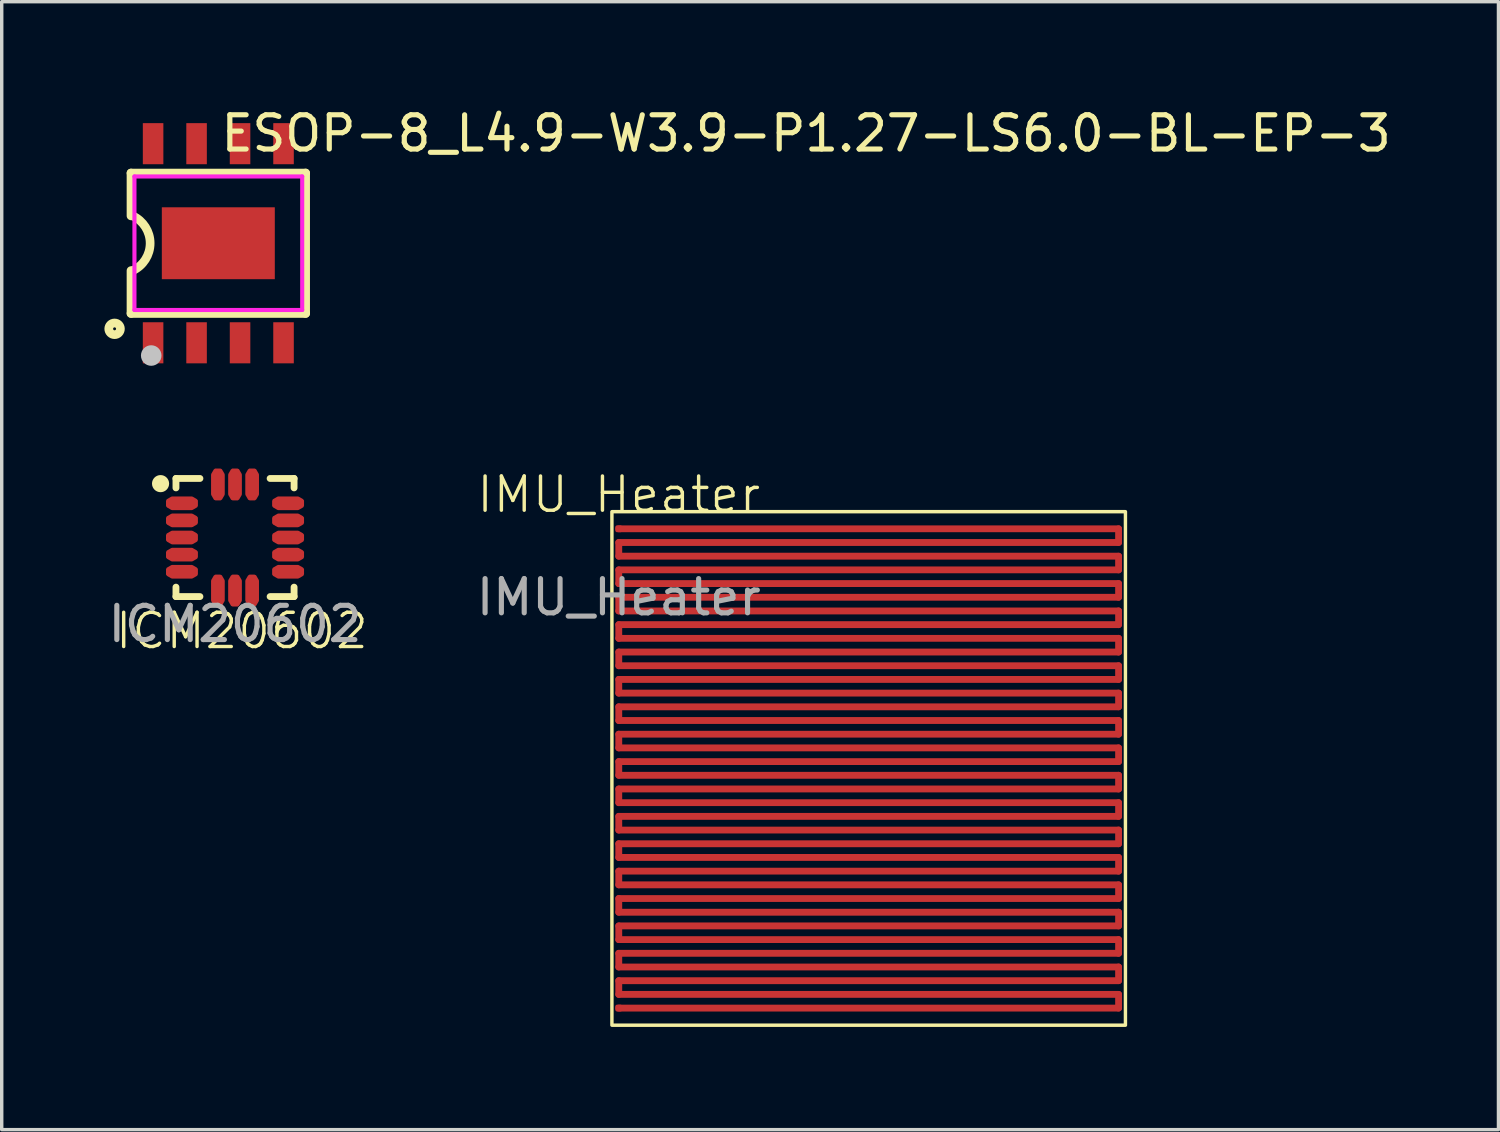
<source format=kicad_pcb>
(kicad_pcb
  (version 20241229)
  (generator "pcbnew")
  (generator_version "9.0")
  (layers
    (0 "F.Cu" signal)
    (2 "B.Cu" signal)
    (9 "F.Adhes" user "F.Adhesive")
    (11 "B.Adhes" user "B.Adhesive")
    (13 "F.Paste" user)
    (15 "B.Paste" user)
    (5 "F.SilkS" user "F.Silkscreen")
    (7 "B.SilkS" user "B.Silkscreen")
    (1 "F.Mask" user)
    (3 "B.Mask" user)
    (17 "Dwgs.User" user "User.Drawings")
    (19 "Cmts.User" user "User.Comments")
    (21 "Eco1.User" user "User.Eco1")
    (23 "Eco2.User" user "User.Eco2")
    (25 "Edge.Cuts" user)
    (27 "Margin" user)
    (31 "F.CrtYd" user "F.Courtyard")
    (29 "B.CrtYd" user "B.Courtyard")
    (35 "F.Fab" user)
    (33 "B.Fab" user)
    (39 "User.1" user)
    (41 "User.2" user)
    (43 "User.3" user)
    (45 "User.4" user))
  (footprint "IMU_Heater"
    (layer "F.Cu")
    (at 14.824 11.896)
    (property "Reference" "IMU_Heater" (at 0.2 -0.5 0) (unlocked yes) (layer "F.SilkS") (effects (font (size 1 1) (thickness 0.1))))
    (attr smd)
    (fp_line (start 0.2 0.5) (end 14.8 0.5) (stroke (width 0.2) (type default)) (layer "F.Cu"))
    (fp_line (start 0.2 0.9) (end 0.2 1.3) (stroke (width 0.2) (type default)) (layer "F.Cu"))
    (fp_line (start 0.2 1.3) (end 14.8 1.3) (stroke (width 0.2) (type default)) (layer "F.Cu"))
    (fp_line (start 0.2 1.7) (end 0.2 2.1) (stroke (width 0.2) (type default)) (layer "F.Cu"))
    (fp_line (start 0.2 2.1) (end 14.8 2.1) (stroke (width 0.2) (type default)) (layer "F.Cu"))
    (fp_line (start 0.2 2.5) (end 0.2 2.9) (stroke (width 0.2) (type default)) (layer "F.Cu"))
    (fp_line (start 0.2 2.9) (end 14.8 2.9) (stroke (width 0.2) (type default)) (layer "F.Cu"))
    (fp_line (start 0.2 3.3) (end 0.2 3.7) (stroke (width 0.2) (type default)) (layer "F.Cu"))
    (fp_line (start 0.2 3.7) (end 14.8 3.7) (stroke (width 0.2) (type default)) (layer "F.Cu"))
    (fp_line (start 0.2 4.1) (end 0.2 4.5) (stroke (width 0.2) (type default)) (layer "F.Cu"))
    (fp_line (start 0.2 4.5) (end 14.8 4.5) (stroke (width 0.2) (type default)) (layer "F.Cu"))
    (fp_line (start 0.2 4.9) (end 0.2 5.3) (stroke (width 0.2) (type default)) (layer "F.Cu"))
    (fp_line (start 0.2 5.3) (end 14.8 5.3) (stroke (width 0.2) (type default)) (layer "F.Cu"))
    (fp_line (start 0.2 5.7) (end 0.2 6.1) (stroke (width 0.2) (type default)) (layer "F.Cu"))
    (fp_line (start 0.2 6.1) (end 14.8 6.1) (stroke (width 0.2) (type default)) (layer "F.Cu"))
    (fp_line (start 0.2 6.5) (end 0.2 6.9) (stroke (width 0.2) (type default)) (layer "F.Cu"))
    (fp_line (start 0.2 6.9) (end 14.8 6.9) (stroke (width 0.2) (type default)) (layer "F.Cu"))
    (fp_line (start 0.2 7.3) (end 0.2 7.7) (stroke (width 0.2) (type default)) (layer "F.Cu"))
    (fp_line (start 0.2 7.7) (end 14.8 7.7) (stroke (width 0.2) (type default)) (layer "F.Cu"))
    (fp_line (start 0.2 8.1) (end 0.2 8.5) (stroke (width 0.2) (type default)) (layer "F.Cu"))
    (fp_line (start 0.2 8.5) (end 14.8 8.5) (stroke (width 0.2) (type default)) (layer "F.Cu"))
    (fp_line (start 0.2 8.9) (end 0.2 9.3) (stroke (width 0.2) (type default)) (layer "F.Cu"))
    (fp_line (start 0.2 9.3) (end 14.8 9.3) (stroke (width 0.2) (type default)) (layer "F.Cu"))
    (fp_line (start 0.2 9.7) (end 0.2 10.1) (stroke (width 0.2) (type default)) (layer "F.Cu"))
    (fp_line (start 0.2 10.1) (end 14.8 10.1) (stroke (width 0.2) (type default)) (layer "F.Cu"))
    (fp_line (start 0.2 10.5) (end 0.2 10.9) (stroke (width 0.2) (type default)) (layer "F.Cu"))
    (fp_line (start 0.2 10.9) (end 14.8 10.9) (stroke (width 0.2) (type default)) (layer "F.Cu"))
    (fp_line (start 0.2 11.3) (end 0.2 11.7) (stroke (width 0.2) (type default)) (layer "F.Cu"))
    (fp_line (start 0.2 11.7) (end 14.8 11.7) (stroke (width 0.2) (type default)) (layer "F.Cu"))
    (fp_line (start 0.2 12.1) (end 0.2 12.5) (stroke (width 0.2) (type default)) (layer "F.Cu"))
    (fp_line (start 0.2 12.5) (end 14.8 12.5) (stroke (width 0.2) (type default)) (layer "F.Cu"))
    (fp_line (start 0.2 12.9) (end 0.2 13.3) (stroke (width 0.2) (type default)) (layer "F.Cu"))
    (fp_line (start 0.2 13.3) (end 14.8 13.3) (stroke (width 0.2) (type default)) (layer "F.Cu"))
    (fp_line (start 0.2 13.7) (end 0.2 14.1) (stroke (width 0.2) (type default)) (layer "F.Cu"))
    (fp_line (start 0.2 14.1) (end 14.8 14.1) (stroke (width 0.2) (type default)) (layer "F.Cu"))
    (fp_line (start 14.8 0.5) (end 14.8 0.9) (stroke (width 0.2) (type default)) (layer "F.Cu"))
    (fp_line (start 14.8 0.9) (end 0.2 0.9) (stroke (width 0.2) (type default)) (layer "F.Cu"))
    (fp_line (start 14.8 1.3) (end 14.8 1.7) (stroke (width 0.2) (type default)) (layer "F.Cu"))
    (fp_line (start 14.8 1.7) (end 0.2 1.7) (stroke (width 0.2) (type default)) (layer "F.Cu"))
    (fp_line (start 14.8 2.1) (end 14.8 2.5) (stroke (width 0.2) (type default)) (layer "F.Cu"))
    (fp_line (start 14.8 2.5) (end 0.2 2.5) (stroke (width 0.2) (type default)) (layer "F.Cu"))
    (fp_line (start 14.8 2.9) (end 14.8 3.3) (stroke (width 0.2) (type default)) (layer "F.Cu"))
    (fp_line (start 14.8 3.3) (end 0.2 3.3) (stroke (width 0.2) (type default)) (layer "F.Cu"))
    (fp_line (start 14.8 3.7) (end 14.8 4.1) (stroke (width 0.2) (type default)) (layer "F.Cu"))
    (fp_line (start 14.8 4.1) (end 0.2 4.1) (stroke (width 0.2) (type default)) (layer "F.Cu"))
    (fp_line (start 14.8 4.5) (end 14.8 4.9) (stroke (width 0.2) (type default)) (layer "F.Cu"))
    (fp_line (start 14.8 4.9) (end 0.2 4.9) (stroke (width 0.2) (type default)) (layer "F.Cu"))
    (fp_line (start 14.8 5.3) (end 14.8 5.7) (stroke (width 0.2) (type default)) (layer "F.Cu"))
    (fp_line (start 14.8 5.7) (end 0.2 5.7) (stroke (width 0.2) (type default)) (layer "F.Cu"))
    (fp_line (start 14.8 6.1) (end 14.8 6.5) (stroke (width 0.2) (type default)) (layer "F.Cu"))
    (fp_line (start 14.8 6.5) (end 0.2 6.5) (stroke (width 0.2) (type default)) (layer "F.Cu"))
    (fp_line (start 14.8 6.9) (end 14.8 7.3) (stroke (width 0.2) (type default)) (layer "F.Cu"))
    (fp_line (start 14.8 7.3) (end 0.2 7.3) (stroke (width 0.2) (type default)) (layer "F.Cu"))
    (fp_line (start 14.8 7.7) (end 14.8 8.1) (stroke (width 0.2) (type default)) (layer "F.Cu"))
    (fp_line (start 14.8 8.1) (end 0.2 8.1) (stroke (width 0.2) (type default)) (layer "F.Cu"))
    (fp_line (start 14.8 8.5) (end 14.8 8.9) (stroke (width 0.2) (type default)) (layer "F.Cu"))
    (fp_line (start 14.8 8.9) (end 0.2 8.9) (stroke (width 0.2) (type default)) (layer "F.Cu"))
    (fp_line (start 14.8 9.3) (end 14.8 9.7) (stroke (width 0.2) (type default)) (layer "F.Cu"))
    (fp_line (start 14.8 9.7) (end 0.2 9.7) (stroke (width 0.2) (type default)) (layer "F.Cu"))
    (fp_line (start 14.8 10.1) (end 14.8 10.5) (stroke (width 0.2) (type default)) (layer "F.Cu"))
    (fp_line (start 14.8 10.5) (end 0.2 10.5) (stroke (width 0.2) (type default)) (layer "F.Cu"))
    (fp_line (start 14.8 10.9) (end 14.8 11.3) (stroke (width 0.2) (type default)) (layer "F.Cu"))
    (fp_line (start 14.8 11.3) (end 0.2 11.3) (stroke (width 0.2) (type default)) (layer "F.Cu"))
    (fp_line (start 14.8 11.7) (end 14.8 12.1) (stroke (width 0.2) (type default)) (layer "F.Cu"))
    (fp_line (start 14.8 12.1) (end 0.2 12.1) (stroke (width 0.2) (type default)) (layer "F.Cu"))
    (fp_line (start 14.8 12.5) (end 14.8 12.9) (stroke (width 0.2) (type default)) (layer "F.Cu"))
    (fp_line (start 14.8 12.9) (end 0.2 12.9) (stroke (width 0.2) (type default)) (layer "F.Cu"))
    (fp_line (start 14.8 13.3) (end 14.8 13.7) (stroke (width 0.2) (type default)) (layer "F.Cu"))
    (fp_line (start 14.8 13.7) (end 0.2 13.7) (stroke (width 0.2) (type default)) (layer "F.Cu"))
    (fp_line (start 14.8 14.1) (end 14.8 14.5) (stroke (width 0.2) (type default)) (layer "F.Cu"))
    (fp_line (start 14.8 14.5) (end 0.2 14.5) (stroke (width 0.2) (type default)) (layer "F.Cu"))
    (fp_rect (start 0 0) (end 15 15) (stroke (width 0.1) (type default)) (fill no) (layer "F.SilkS"))
    (fp_text user "${REFERENCE}" (at 0.2 2.5 0) (unlocked yes) (layer "F.Fab") (effects (font (size 1 1) (thickness 0.15))))
    (pad "1" smd roundrect (at 0.2 0.5) (size 0.2 0.2) (layers "F.Cu" "F.Mask" "F.Paste") (roundrect_rratio 0.25))
    (pad "2" smd roundrect (at 0.2 14.5) (size 0.2 0.2) (layers "F.Cu" "F.Mask" "F.Paste") (roundrect_rratio 0.25)))
  (footprint "ICM20602"
    (layer "F.Cu")
    (at 3.815 12.677)
    (property "Reference" "ICM20602" (at 0.2 2.7 0) (unlocked yes) (layer "F.SilkS") (effects (font (size 1 1) (thickness 0.1))))
    (attr smd)
    (fp_line (start -1.725 -1.751) (end -1.725 -1.476) (stroke (width 0.2) (type solid)) (layer "F.SilkS"))
    (fp_line (start -1.725 1.424) (end -1.725 1.699) (stroke (width 0.2) (type solid)) (layer "F.SilkS"))
    (fp_line (start -1.025 -1.751) (end -1.725 -1.751) (stroke (width 0.2) (type solid)) (layer "F.SilkS"))
    (fp_line (start -1.025 1.699) (end -1.725 1.699) (stroke (width 0.2) (type solid)) (layer "F.SilkS"))
    (fp_line (start 1.725 -1.751) (end 1.025 -1.751) (stroke (width 0.2) (type solid)) (layer "F.SilkS"))
    (fp_line (start 1.725 -1.751) (end 1.725 -1.476) (stroke (width 0.2) (type solid)) (layer "F.SilkS"))
    (fp_line (start 1.725 1.424) (end 1.725 1.699) (stroke (width 0.2) (type solid)) (layer "F.SilkS"))
    (fp_line (start 1.725 1.699) (end 1.025 1.699) (stroke (width 0.2) (type solid)) (layer "F.SilkS"))
    (fp_arc (start -2.049982 -1.598162) (mid -2.30003 -1.59998) (end -2.049984 -1.602054) (stroke (width 0.25) (type solid)) (layer "F.SilkS"))
    (fp_text user "${REFERENCE}" (at 0 2.5 0) (unlocked yes) (layer "F.Fab") (effects (font (size 1 1) (thickness 0.15))))
    (pad "1" smd custom (at -1.55 -1.026 90) (size 0.102 0.102) (layers "F.Cu" "F.Mask" "F.Paste") (options (anchor circle)) (primitives (gr_poly (pts (xy 0.14 0.285) (xy 0.07 0.406) (xy -0.07 0.406) (xy -0.14 0.285) (xy -0.14 -0.285) (xy -0.07 -0.406) (xy 0.07 -0.406) (xy 0.14 -0.285)) (width 0.12) (fill yes))))
    (pad "2" smd custom (at -1.55 -0.526 90) (size 0.102 0.102) (layers "F.Cu" "F.Mask" "F.Paste") (options (anchor circle)) (primitives (gr_poly (pts (xy 0.14 0.285) (xy 0.07 0.406) (xy -0.07 0.406) (xy -0.14 0.285) (xy -0.14 -0.285) (xy -0.07 -0.406) (xy 0.07 -0.406) (xy 0.14 -0.285)) (width 0.12) (fill yes))))
    (pad "3" smd custom (at -1.55 -0.026 90) (size 0.102 0.102) (layers "F.Cu" "F.Mask" "F.Paste") (options (anchor circle)) (primitives (gr_poly (pts (xy 0.14 0.285) (xy 0.07 0.406) (xy -0.07 0.406) (xy -0.14 0.285) (xy -0.14 -0.285) (xy -0.07 -0.406) (xy 0.07 -0.406) (xy 0.14 -0.285)) (width 0.12) (fill yes))))
    (pad "4" smd custom (at -1.55 0.474 90) (size 0.102 0.102) (layers "F.Cu" "F.Mask" "F.Paste") (options (anchor circle)) (primitives (gr_poly (pts (xy 0.14 0.285) (xy 0.07 0.406) (xy -0.07 0.406) (xy -0.14 0.285) (xy -0.14 -0.285) (xy -0.07 -0.406) (xy 0.07 -0.406) (xy 0.14 -0.285)) (width 0.12) (fill yes))))
    (pad "5" smd custom (at -1.55 0.974 90) (size 0.102 0.102) (layers "F.Cu" "F.Mask" "F.Paste") (options (anchor circle)) (primitives (gr_poly (pts (xy 0.14 0.285) (xy 0.07 0.406) (xy -0.07 0.406) (xy -0.14 0.285) (xy -0.14 -0.285) (xy -0.07 -0.406) (xy 0.07 -0.406) (xy 0.14 -0.285)) (width 0.12) (fill yes))))
    (pad "6" smd custom (at -0.5 1.524 90) (size 0.102 0.102) (layers "F.Cu" "F.Mask" "F.Paste") (options (anchor circle)) (primitives (gr_poly (pts (xy -0.285 0.14) (xy -0.406 0.07) (xy -0.406 -0.07) (xy -0.285 -0.14) (xy 0.285 -0.14) (xy 0.406 -0.07) (xy 0.406 0.07) (xy 0.285 0.14)) (width 0.12) (fill yes))))
    (pad "7" smd custom (at 0.000016 1.524 90) (size 0.102 0.102) (layers "F.Cu" "F.Mask" "F.Paste") (options (anchor circle)) (primitives (gr_poly (pts (xy -0.285 0.14) (xy -0.406 0.07) (xy -0.406 -0.07) (xy -0.285 -0.14) (xy 0.285 -0.14) (xy 0.406 -0.07) (xy 0.406 0.07) (xy 0.285 0.14)) (width 0.12) (fill yes))))
    (pad "8" smd custom (at 0.5 1.524 90) (size 0.102 0.102) (layers "F.Cu" "F.Mask" "F.Paste") (options (anchor circle)) (primitives (gr_poly (pts (xy -0.285 0.14) (xy -0.406 0.07) (xy -0.406 -0.07) (xy -0.285 -0.14) (xy 0.285 -0.14) (xy 0.406 -0.07) (xy 0.406 0.07) (xy 0.285 0.14)) (width 0.12) (fill yes))))
    (pad "9" smd custom (at 1.55 0.974 90) (size 0.102 0.102) (layers "F.Cu" "F.Mask" "F.Paste") (options (anchor circle)) (primitives (gr_poly (pts (xy 0.14 0.285) (xy 0.07 0.406) (xy -0.07 0.406) (xy -0.14 0.285) (xy -0.14 -0.285) (xy -0.07 -0.406) (xy 0.07 -0.406) (xy 0.14 -0.285)) (width 0.12) (fill yes))))
    (pad "10" smd custom (at 1.55 0.474 90) (size 0.102 0.102) (layers "F.Cu" "F.Mask" "F.Paste") (options (anchor circle)) (primitives (gr_poly (pts (xy 0.14 0.285) (xy 0.07 0.406) (xy -0.07 0.406) (xy -0.14 0.285) (xy -0.14 -0.285) (xy -0.07 -0.406) (xy 0.07 -0.406) (xy 0.14 -0.285)) (width 0.12) (fill yes))))
    (pad "11" smd custom (at 1.55 -0.026 90) (size 0.102 0.102) (layers "F.Cu" "F.Mask" "F.Paste") (options (anchor circle)) (primitives (gr_poly (pts (xy 0.14 0.285) (xy 0.07 0.406) (xy -0.07 0.406) (xy -0.14 0.285) (xy -0.14 -0.285) (xy -0.07 -0.406) (xy 0.07 -0.406) (xy 0.14 -0.285)) (width 0.12) (fill yes))))
    (pad "12" smd custom (at 1.55 -0.526 90) (size 0.102 0.102) (layers "F.Cu" "F.Mask" "F.Paste") (options (anchor circle)) (primitives (gr_poly (pts (xy 0.14 0.285) (xy 0.07 0.406) (xy -0.07 0.406) (xy -0.14 0.285) (xy -0.14 -0.285) (xy -0.07 -0.406) (xy 0.07 -0.406) (xy 0.14 -0.285)) (width 0.12) (fill yes))))
    (pad "13" smd custom (at 1.55 -1.026 90) (size 0.102 0.102) (layers "F.Cu" "F.Mask" "F.Paste") (options (anchor circle)) (primitives (gr_poly (pts (xy 0.14 0.285) (xy 0.07 0.406) (xy -0.07 0.406) (xy -0.14 0.285) (xy -0.14 -0.285) (xy -0.07 -0.406) (xy 0.07 -0.406) (xy 0.14 -0.285)) (width 0.12) (fill yes))))
    (pad "14" smd custom (at 0.5 -1.576 90) (size 0.102 0.102) (layers "F.Cu" "F.Mask" "F.Paste") (options (anchor circle)) (primitives (gr_poly (pts (xy -0.285 0.14) (xy -0.406 0.07) (xy -0.406 -0.07) (xy -0.285 -0.14) (xy 0.285 -0.14) (xy 0.406 -0.07) (xy 0.406 0.07) (xy 0.285 0.14)) (width 0.12) (fill yes))))
    (pad "15" smd custom (at 0.000016 -1.576 90) (size 0.102 0.102) (layers "F.Cu" "F.Mask" "F.Paste") (options (anchor circle)) (primitives (gr_poly (pts (xy -0.285 0.14) (xy -0.406 0.07) (xy -0.406 -0.07) (xy -0.285 -0.14) (xy 0.285 -0.14) (xy 0.406 -0.07) (xy 0.406 0.07) (xy 0.285 0.14)) (width 0.12) (fill yes))))
    (pad "16" smd custom (at -0.5 -1.576 90) (size 0.102 0.102) (layers "F.Cu" "F.Mask" "F.Paste") (options (anchor circle)) (primitives (gr_poly (pts (xy -0.285 0.14) (xy -0.406 0.07) (xy -0.406 -0.07) (xy -0.285 -0.14) (xy 0.285 -0.14) (xy 0.406 -0.07) (xy 0.406 0.07) (xy 0.285 0.14)) (width 0.12) (fill yes)))))
  (footprint "ESOP-8_L4.9-W3.9-P1.27-LS6.0-BL-EP-3"
    (layer "F.Cu")
    (at 3.327 4.055)
    (property "Reference" "ESOP-8_L4.9-W3.9-P1.27-LS6.0-BL-EP-3" (at 0 -3.207 0) (layer "F.SilkS") (effects (font (size 1 1) (thickness 0.15)) (justify left)))
    (attr through_hole)
    (fp_line (start -2.55 -2.05) (end 2.55 -2.05) (stroke (width 0.254) (type solid)) (layer "F.SilkS"))
    (fp_line (start -2.55 -0.8) (end -2.55 -2.05) (stroke (width 0.254) (type solid)) (layer "F.SilkS"))
    (fp_line (start -2.55 0.8) (end -2.55 2.05) (stroke (width 0.254) (type solid)) (layer "F.SilkS"))
    (fp_line (start 2.55 -2.05) (end 2.55 2.05) (stroke (width 0.254) (type solid)) (layer "F.SilkS"))
    (fp_line (start 2.55 2.05) (end -2.55 2.05) (stroke (width 0.254) (type solid)) (layer "F.SilkS"))
    (fp_arc (start -2.499607 -0.799815) (mid -1.991471 0.000217) (end -2.5 0.8) (stroke (width 0.254) (type solid)) (layer "F.SilkS"))
    (fp_circle (center -3.03 2.5) (end -2.86 2.5) (stroke (width 0.254) (type solid)) (fill no) (layer "F.SilkS"))
    (fp_circle (center -1.96 3.28) (end -1.81 3.28) (stroke (width 0.3) (type solid)) (fill no) (layer "Dwgs.User"))
    (fp_line (start -2.105 -2.31) (end -1.705 -2.31) (stroke (width 0.12) (type solid)) (layer "Eco2.User"))
    (fp_line (start -2.105 -1.94) (end -2.105 -2.31) (stroke (width 0.12) (type solid)) (layer "Eco2.User"))
    (fp_line (start -2.105 1.94) (end -1.705 1.94) (stroke (width 0.12) (type solid)) (layer "Eco2.User"))
    (fp_line (start -2.105 2.31) (end -2.105 1.94) (stroke (width 0.12) (type solid)) (layer "Eco2.User"))
    (fp_line (start -1.705 -2.31) (end -1.705 -1.94) (stroke (width 0.12) (type solid)) (layer "Eco2.User"))
    (fp_line (start -1.705 -1.94) (end -2.105 -1.94) (stroke (width 0.12) (type solid)) (layer "Eco2.User"))
    (fp_line (start -1.705 1.94) (end -1.705 2.31) (stroke (width 0.12) (type solid)) (layer "Eco2.User"))
    (fp_line (start -1.705 2.31) (end -2.105 2.31) (stroke (width 0.12) (type solid)) (layer "Eco2.User"))
    (fp_line (start -0.835 -2.31) (end -0.435 -2.31) (stroke (width 0.12) (type solid)) (layer "Eco2.User"))
    (fp_line (start -0.835 -1.94) (end -0.835 -2.31) (stroke (width 0.12) (type solid)) (layer "Eco2.User"))
    (fp_line (start -0.835 1.94) (end -0.435 1.94) (stroke (width 0.12) (type solid)) (layer "Eco2.User"))
    (fp_line (start -0.835 2.31) (end -0.835 1.94) (stroke (width 0.12) (type solid)) (layer "Eco2.User"))
    (fp_line (start -0.435 -2.31) (end -0.435 -1.94) (stroke (width 0.12) (type solid)) (layer "Eco2.User"))
    (fp_line (start -0.435 -1.94) (end -0.835 -1.94) (stroke (width 0.12) (type solid)) (layer "Eco2.User"))
    (fp_line (start -0.435 1.94) (end -0.435 2.31) (stroke (width 0.12) (type solid)) (layer "Eco2.User"))
    (fp_line (start -0.435 2.31) (end -0.835 2.31) (stroke (width 0.12) (type solid)) (layer "Eco2.User"))
    (fp_line (start 0.435 -2.31) (end 0.835 -2.31) (stroke (width 0.12) (type solid)) (layer "Eco2.User"))
    (fp_line (start 0.435 -1.94) (end 0.435 -2.31) (stroke (width 0.12) (type solid)) (layer "Eco2.User"))
    (fp_line (start 0.435 1.94) (end 0.835 1.94) (stroke (width 0.12) (type solid)) (layer "Eco2.User"))
    (fp_line (start 0.435 2.31) (end 0.435 1.94) (stroke (width 0.12) (type solid)) (layer "Eco2.User"))
    (fp_line (start 0.835 -2.31) (end 0.835 -1.94) (stroke (width 0.12) (type solid)) (layer "Eco2.User"))
    (fp_line (start 0.835 -1.94) (end 0.435 -1.94) (stroke (width 0.12) (type solid)) (layer "Eco2.User"))
    (fp_line (start 0.835 1.94) (end 0.835 2.31) (stroke (width 0.12) (type solid)) (layer "Eco2.User"))
    (fp_line (start 0.835 2.31) (end 0.435 2.31) (stroke (width 0.12) (type solid)) (layer "Eco2.User"))
    (fp_line (start 1.705 -2.31) (end 2.105 -2.31) (stroke (width 0.12) (type solid)) (layer "Eco2.User"))
    (fp_line (start 1.705 -1.94) (end 1.705 -2.31) (stroke (width 0.12) (type solid)) (layer "Eco2.User"))
    (fp_line (start 1.705 1.94) (end 2.105 1.94) (stroke (width 0.12) (type solid)) (layer "Eco2.User"))
    (fp_line (start 1.705 2.31) (end 1.705 1.94) (stroke (width 0.12) (type solid)) (layer "Eco2.User"))
    (fp_line (start 2.105 -2.31) (end 2.105 -1.94) (stroke (width 0.12) (type solid)) (layer "Eco2.User"))
    (fp_line (start 2.105 -1.94) (end 1.705 -1.94) (stroke (width 0.12) (type solid)) (layer "Eco2.User"))
    (fp_line (start 2.105 1.94) (end 2.105 2.31) (stroke (width 0.12) (type solid)) (layer "Eco2.User"))
    (fp_line (start 2.105 2.31) (end 1.705 2.31) (stroke (width 0.12) (type solid)) (layer "Eco2.User"))
    (fp_circle (center -2.45 2.95) (end -2.42 2.95) (stroke (width 0.06) (type solid)) (fill no) (layer "Eco2.User"))
    (fp_poly (pts (xy -2.105 -2.3) (xy -2.105 -2.95) (xy -1.705 -2.95) (xy -1.705 -2.3)) (stroke (width 0.12) (type solid)) (fill no) (layer "Eco2.User"))
    (fp_poly (pts (xy -2.105 2.95) (xy -2.105 2.3) (xy -1.705 2.3) (xy -1.705 2.95)) (stroke (width 0.12) (type solid)) (fill no) (layer "Eco2.User"))
    (fp_poly (pts (xy -0.835 -2.3) (xy -0.835 -2.95) (xy -0.435 -2.95) (xy -0.435 -2.3)) (stroke (width 0.12) (type solid)) (fill no) (layer "Eco2.User"))
    (fp_poly (pts (xy -0.835 2.95) (xy -0.835 2.3) (xy -0.435 2.3) (xy -0.435 2.95)) (stroke (width 0.12) (type solid)) (fill no) (layer "Eco2.User"))
    (fp_poly (pts (xy 0.435 -2.3) (xy 0.435 -2.95) (xy 0.835 -2.95) (xy 0.835 -2.3)) (stroke (width 0.12) (type solid)) (fill no) (layer "Eco2.User"))
    (fp_poly (pts (xy 0.435 2.95) (xy 0.435 2.3) (xy 0.835 2.3) (xy 0.835 2.95)) (stroke (width 0.12) (type solid)) (fill no) (layer "Eco2.User"))
    (fp_poly (pts (xy 1.65 1.05) (xy -1.65 1.05) (xy -1.65 -1.05) (xy 1.65 -1.05)) (stroke (width 0.12) (type solid)) (fill no) (layer "Eco2.User"))
    (fp_poly (pts (xy 1.705 -2.3) (xy 1.705 -2.95) (xy 2.105 -2.95) (xy 2.105 -2.3)) (stroke (width 0.12) (type solid)) (fill no) (layer "Eco2.User"))
    (fp_poly (pts (xy 1.705 2.95) (xy 1.705 2.3) (xy 2.105 2.3) (xy 2.105 2.95)) (stroke (width 0.12) (type solid)) (fill no) (layer "Eco2.User"))
    (fp_line (start -2.45 -1.95) (end 2.45 -1.95) (stroke (width 0.12) (type solid)) (layer "F.CrtYd"))
    (fp_line (start -2.45 1.95) (end -2.45 -1.95) (stroke (width 0.12) (type solid)) (layer "F.CrtYd"))
    (fp_line (start 2.45 -1.95) (end 2.45 1.95) (stroke (width 0.12) (type solid)) (layer "F.CrtYd"))
    (fp_line (start 2.45 1.95) (end -2.45 1.95) (stroke (width 0.12) (type solid)) (layer "F.CrtYd"))
    (pad "1" smd rect (at -1.905 2.908) (size 0.6 1.2) (layers "F.Cu" "F.Mask" "F.Paste"))
    (pad "2" smd rect (at -0.635 2.908) (size 0.6 1.2) (layers "F.Cu" "F.Mask" "F.Paste"))
    (pad "3" smd rect (at 0.635 2.908) (size 0.6 1.2) (layers "F.Cu" "F.Mask" "F.Paste"))
    (pad "4" smd rect (at 1.905 2.908) (size 0.6 1.2) (layers "F.Cu" "F.Mask" "F.Paste"))
    (pad "5" smd rect (at 1.905 -2.908) (size 0.6 1.2) (layers "F.Cu" "F.Mask" "F.Paste"))
    (pad "6" smd rect (at 0.635 -2.908) (size 0.6 1.2) (layers "F.Cu" "F.Mask" "F.Paste"))
    (pad "7" smd rect (at -0.635 -2.908) (size 0.6 1.2) (layers "F.Cu" "F.Mask" "F.Paste"))
    (pad "8" smd rect (at -1.905 -2.908) (size 0.6 1.2) (layers "F.Cu" "F.Mask" "F.Paste"))
    (pad "9" smd rect (at 0 0 180) (size 3.3 2.1) (layers "F.Cu" "F.Mask" "F.Paste")))
  (gr_rect
    (start -3 -3)
    (end 40.72 29.946)
    (stroke (width 0.1) (type default))
    (fill no)
    (layer "Edge.Cuts")))
</source>
